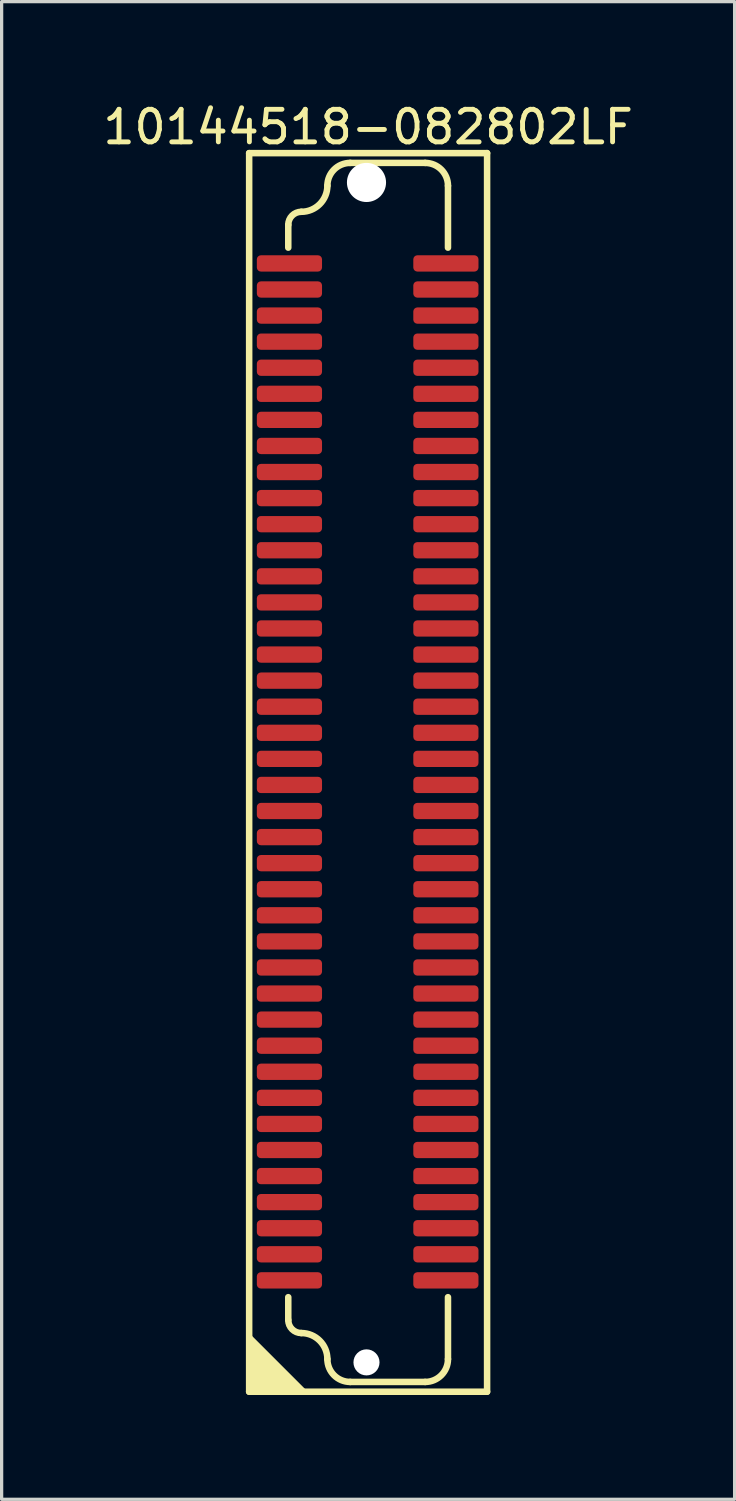
<source format=kicad_pcb>
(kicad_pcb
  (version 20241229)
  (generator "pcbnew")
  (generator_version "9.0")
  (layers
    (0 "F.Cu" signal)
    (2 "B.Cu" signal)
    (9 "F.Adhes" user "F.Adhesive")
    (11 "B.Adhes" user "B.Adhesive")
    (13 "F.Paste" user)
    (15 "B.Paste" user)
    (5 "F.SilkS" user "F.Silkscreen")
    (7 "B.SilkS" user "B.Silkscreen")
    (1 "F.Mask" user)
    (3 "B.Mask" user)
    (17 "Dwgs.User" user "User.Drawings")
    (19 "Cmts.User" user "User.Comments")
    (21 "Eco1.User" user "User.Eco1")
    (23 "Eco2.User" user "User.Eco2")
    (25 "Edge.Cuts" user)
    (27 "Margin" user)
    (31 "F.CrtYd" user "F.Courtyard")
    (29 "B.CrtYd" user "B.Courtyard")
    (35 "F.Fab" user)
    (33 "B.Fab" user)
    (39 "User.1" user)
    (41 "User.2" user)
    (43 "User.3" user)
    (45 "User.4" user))
  (footprint "10144518-082802LF"
    (layer "F.Cu")
    (at 8.194 20.648)
    (property "Reference" "10144518-082802LF" (at 0.05 -19.8 0) (layer "F.SilkS") (effects (font (size 1 1) (thickness 0.15))))
    (fp_line (start -3.6 -19) (end 3.7 -19) (stroke (width 0.2) (type solid)) (layer "F.SilkS"))
    (fp_line (start -3.6 19) (end -3.6 -19) (stroke (width 0.2) (type solid)) (layer "F.SilkS"))
    (fp_line (start -3.6 19) (end 3.7 19) (stroke (width 0.2) (type solid)) (layer "F.SilkS"))
    (fp_line (start -2.4 -16.1) (end -2.4 -16.8) (stroke (width 0.2) (type solid)) (layer "F.SilkS"))
    (fp_line (start -2.4 16.8) (end -2.4 16.1) (stroke (width 0.2) (type solid)) (layer "F.SilkS"))
    (fp_line (start -0.5 -18.7) (end 1.8 -18.7) (stroke (width 0.2) (type solid)) (layer "F.SilkS"))
    (fp_line (start -0.5 18.7) (end 1.8 18.7) (stroke (width 0.2) (type solid)) (layer "F.SilkS"))
    (fp_line (start 2.5 -16.1) (end 2.5 -18) (stroke (width 0.2) (type solid)) (layer "F.SilkS"))
    (fp_line (start 2.5 18) (end 2.5 16.1) (stroke (width 0.2) (type solid)) (layer "F.SilkS"))
    (fp_line (start 3.7 19) (end 3.7 -19) (stroke (width 0.2) (type solid)) (layer "F.SilkS"))
    (fp_arc (start -2.4 -16.8) (mid -2.282843 -17.082843) (end -2 -17.2) (stroke (width 0.2) (type solid)) (layer "F.SilkS"))
    (fp_arc (start -2 17.2) (mid -2.282843 17.082843) (end -2.4 16.8) (stroke (width 0.2) (type solid)) (layer "F.SilkS"))
    (fp_arc (start -2 17.2) (mid -1.434315 17.434315) (end -1.2 18) (stroke (width 0.2) (type solid)) (layer "F.SilkS"))
    (fp_arc (start -1.2 -18) (mid -1.434315 -17.434315) (end -2 -17.2) (stroke (width 0.2) (type solid)) (layer "F.SilkS"))
    (fp_arc (start -1.2 -18) (mid -0.994975 -18.494975) (end -0.5 -18.7) (stroke (width 0.2) (type solid)) (layer "F.SilkS"))
    (fp_arc (start -0.5 18.7) (mid -0.994975 18.494975) (end -1.2 18) (stroke (width 0.2) (type solid)) (layer "F.SilkS"))
    (fp_arc (start 1.8 -18.7) (mid 2.294975 -18.494975) (end 2.5 -18) (stroke (width 0.2) (type solid)) (layer "F.SilkS"))
    (fp_arc (start 2.5 18) (mid 2.294975 18.494975) (end 1.8 18.7) (stroke (width 0.2) (type solid)) (layer "F.SilkS"))
    (fp_poly (pts (xy -1.8 19) (xy -3.6 17.2) (xy -3.6 19)) (stroke (width 0) (type default)) (fill yes) (layer "F.SilkS"))
    (fp_line (start -3.9 -19.2) (end -3.7 -19.2) (stroke (width 0.2) (type solid)) (layer "Eco2.User"))
    (fp_line (start -3.9 19.2) (end -3.9 -19.2) (stroke (width 0.2) (type solid)) (layer "Eco2.User"))
    (fp_line (start -3.9 19.2) (end 4 19.2) (stroke (width 0.2) (type solid)) (layer "Eco2.User"))
    (fp_line (start -3.7 -19.2) (end 4 -19.2) (stroke (width 0.2) (type solid)) (layer "Eco2.User"))
    (fp_line (start 4 19.2) (end 4 -19.2) (stroke (width 0.2) (type solid)) (layer "Eco2.User"))
    (fp_circle (center 0 0) (end 0 -0.127) (stroke (width 0.254) (type solid)) (fill no) (layer "Eco2.User"))
    (pad "" np_thru_hole circle (at 0 -18.1) (size 1.2 1.2) (drill 1.2) (layers "*.Cu" "*.Mask"))
    (pad "" np_thru_hole circle (at 0 18.1) (size 0.8 0.8) (drill 0.8) (layers "*.Cu" "*.Mask"))
    (pad "1" smd roundrect (at -2.364 15.584) (size 2 0.5) (layers "F.Cu" "F.Mask" "F.Paste") (roundrect_rratio 0.25))
    (pad "2" smd roundrect (at 2.436 15.584) (size 2 0.5) (layers "F.Cu" "F.Mask" "F.Paste") (roundrect_rratio 0.25))
    (pad "3" smd roundrect (at -2.364 14.784) (size 2 0.5) (layers "F.Cu" "F.Mask" "F.Paste") (roundrect_rratio 0.25))
    (pad "4" smd roundrect (at 2.436 14.784) (size 2 0.5) (layers "F.Cu" "F.Mask" "F.Paste") (roundrect_rratio 0.25))
    (pad "5" smd roundrect (at -2.364 13.984) (size 2 0.5) (layers "F.Cu" "F.Mask" "F.Paste") (roundrect_rratio 0.25))
    (pad "6" smd roundrect (at 2.436 13.984) (size 2 0.5) (layers "F.Cu" "F.Mask" "F.Paste") (roundrect_rratio 0.25))
    (pad "7" smd roundrect (at -2.364 13.184) (size 2 0.5) (layers "F.Cu" "F.Mask" "F.Paste") (roundrect_rratio 0.25))
    (pad "8" smd roundrect (at 2.436 13.184) (size 2 0.5) (layers "F.Cu" "F.Mask" "F.Paste") (roundrect_rratio 0.25))
    (pad "9" smd roundrect (at -2.364 12.384) (size 2 0.5) (layers "F.Cu" "F.Mask" "F.Paste") (roundrect_rratio 0.25))
    (pad "10" smd roundrect (at 2.436 12.384) (size 2 0.5) (layers "F.Cu" "F.Mask" "F.Paste") (roundrect_rratio 0.25))
    (pad "11" smd roundrect (at -2.364 11.584) (size 2 0.5) (layers "F.Cu" "F.Mask" "F.Paste") (roundrect_rratio 0.25))
    (pad "12" smd roundrect (at 2.436 11.584) (size 2 0.5) (layers "F.Cu" "F.Mask" "F.Paste") (roundrect_rratio 0.25))
    (pad "13" smd roundrect (at -2.364 10.784) (size 2 0.5) (layers "F.Cu" "F.Mask" "F.Paste") (roundrect_rratio 0.25))
    (pad "14" smd roundrect (at 2.436 10.784) (size 2 0.5) (layers "F.Cu" "F.Mask" "F.Paste") (roundrect_rratio 0.25))
    (pad "15" smd roundrect (at -2.364 9.984) (size 2 0.5) (layers "F.Cu" "F.Mask" "F.Paste") (roundrect_rratio 0.25))
    (pad "16" smd roundrect (at 2.436 9.984) (size 2 0.5) (layers "F.Cu" "F.Mask" "F.Paste") (roundrect_rratio 0.25))
    (pad "17" smd roundrect (at -2.364 9.184) (size 2 0.5) (layers "F.Cu" "F.Mask" "F.Paste") (roundrect_rratio 0.25))
    (pad "18" smd roundrect (at 2.436 9.184) (size 2 0.5) (layers "F.Cu" "F.Mask" "F.Paste") (roundrect_rratio 0.25))
    (pad "19" smd roundrect (at -2.364 8.384) (size 2 0.5) (layers "F.Cu" "F.Mask" "F.Paste") (roundrect_rratio 0.25))
    (pad "20" smd roundrect (at 2.436 8.384) (size 2 0.5) (layers "F.Cu" "F.Mask" "F.Paste") (roundrect_rratio 0.25))
    (pad "21" smd roundrect (at -2.364 7.584) (size 2 0.5) (layers "F.Cu" "F.Mask" "F.Paste") (roundrect_rratio 0.25))
    (pad "22" smd roundrect (at 2.436 7.584) (size 2 0.5) (layers "F.Cu" "F.Mask" "F.Paste") (roundrect_rratio 0.25))
    (pad "23" smd roundrect (at -2.364 6.784) (size 2 0.5) (layers "F.Cu" "F.Mask" "F.Paste") (roundrect_rratio 0.25))
    (pad "24" smd roundrect (at 2.436 6.784) (size 2 0.5) (layers "F.Cu" "F.Mask" "F.Paste") (roundrect_rratio 0.25))
    (pad "25" smd roundrect (at -2.364 5.984) (size 2 0.5) (layers "F.Cu" "F.Mask" "F.Paste") (roundrect_rratio 0.25))
    (pad "26" smd roundrect (at 2.436 5.984) (size 2 0.5) (layers "F.Cu" "F.Mask" "F.Paste") (roundrect_rratio 0.25))
    (pad "27" smd roundrect (at -2.364 5.184) (size 2 0.5) (layers "F.Cu" "F.Mask" "F.Paste") (roundrect_rratio 0.25))
    (pad "28" smd roundrect (at 2.436 5.184) (size 2 0.5) (layers "F.Cu" "F.Mask" "F.Paste") (roundrect_rratio 0.25))
    (pad "29" smd roundrect (at -2.364 4.384) (size 2 0.5) (layers "F.Cu" "F.Mask" "F.Paste") (roundrect_rratio 0.25))
    (pad "30" smd roundrect (at 2.436 4.384) (size 2 0.5) (layers "F.Cu" "F.Mask" "F.Paste") (roundrect_rratio 0.25))
    (pad "31" smd roundrect (at -2.364 3.584) (size 2 0.5) (layers "F.Cu" "F.Mask" "F.Paste") (roundrect_rratio 0.25))
    (pad "32" smd roundrect (at 2.436 3.584) (size 2 0.5) (layers "F.Cu" "F.Mask" "F.Paste") (roundrect_rratio 0.25))
    (pad "33" smd roundrect (at -2.364 2.784) (size 2 0.5) (layers "F.Cu" "F.Mask" "F.Paste") (roundrect_rratio 0.25))
    (pad "34" smd roundrect (at 2.436 2.784) (size 2 0.5) (layers "F.Cu" "F.Mask" "F.Paste") (roundrect_rratio 0.25))
    (pad "35" smd roundrect (at -2.364 1.984) (size 2 0.5) (layers "F.Cu" "F.Mask" "F.Paste") (roundrect_rratio 0.25))
    (pad "36" smd roundrect (at 2.436 1.984) (size 2 0.5) (layers "F.Cu" "F.Mask" "F.Paste") (roundrect_rratio 0.25))
    (pad "37" smd roundrect (at -2.364 1.184) (size 2 0.5) (layers "F.Cu" "F.Mask" "F.Paste") (roundrect_rratio 0.25))
    (pad "38" smd roundrect (at 2.436 1.184) (size 2 0.5) (layers "F.Cu" "F.Mask" "F.Paste") (roundrect_rratio 0.25))
    (pad "39" smd roundrect (at -2.364 0.384) (size 2 0.5) (layers "F.Cu" "F.Mask" "F.Paste") (roundrect_rratio 0.25))
    (pad "40" smd roundrect (at 2.436 0.384) (size 2 0.5) (layers "F.Cu" "F.Mask" "F.Paste") (roundrect_rratio 0.25))
    (pad "41" smd roundrect (at -2.364 -0.416) (size 2 0.5) (layers "F.Cu" "F.Mask" "F.Paste") (roundrect_rratio 0.25))
    (pad "42" smd roundrect (at 2.436 -0.416) (size 2 0.5) (layers "F.Cu" "F.Mask" "F.Paste") (roundrect_rratio 0.25))
    (pad "43" smd roundrect (at -2.364 -1.216) (size 2 0.5) (layers "F.Cu" "F.Mask" "F.Paste") (roundrect_rratio 0.25))
    (pad "44" smd roundrect (at 2.436 -1.216) (size 2 0.5) (layers "F.Cu" "F.Mask" "F.Paste") (roundrect_rratio 0.25))
    (pad "45" smd roundrect (at -2.364 -2.016) (size 2 0.5) (layers "F.Cu" "F.Mask" "F.Paste") (roundrect_rratio 0.25))
    (pad "46" smd roundrect (at 2.436 -2.016) (size 2 0.5) (layers "F.Cu" "F.Mask" "F.Paste") (roundrect_rratio 0.25))
    (pad "47" smd roundrect (at -2.364 -2.816) (size 2 0.5) (layers "F.Cu" "F.Mask" "F.Paste") (roundrect_rratio 0.25))
    (pad "48" smd roundrect (at 2.436 -2.816) (size 2 0.5) (layers "F.Cu" "F.Mask" "F.Paste") (roundrect_rratio 0.25))
    (pad "49" smd roundrect (at -2.364 -3.616) (size 2 0.5) (layers "F.Cu" "F.Mask" "F.Paste") (roundrect_rratio 0.25))
    (pad "50" smd roundrect (at 2.436 -3.616) (size 2 0.5) (layers "F.Cu" "F.Mask" "F.Paste") (roundrect_rratio 0.25))
    (pad "51" smd roundrect (at -2.364 -4.416) (size 2 0.5) (layers "F.Cu" "F.Mask" "F.Paste") (roundrect_rratio 0.25))
    (pad "52" smd roundrect (at 2.436 -4.416) (size 2 0.5) (layers "F.Cu" "F.Mask" "F.Paste") (roundrect_rratio 0.25))
    (pad "53" smd roundrect (at -2.364 -5.216) (size 2 0.5) (layers "F.Cu" "F.Mask" "F.Paste") (roundrect_rratio 0.25))
    (pad "54" smd roundrect (at 2.436 -5.216) (size 2 0.5) (layers "F.Cu" "F.Mask" "F.Paste") (roundrect_rratio 0.25))
    (pad "55" smd roundrect (at -2.364 -6.016) (size 2 0.5) (layers "F.Cu" "F.Mask" "F.Paste") (roundrect_rratio 0.25))
    (pad "56" smd roundrect (at 2.436 -6.016) (size 2 0.5) (layers "F.Cu" "F.Mask" "F.Paste") (roundrect_rratio 0.25))
    (pad "57" smd roundrect (at -2.364 -6.816) (size 2 0.5) (layers "F.Cu" "F.Mask" "F.Paste") (roundrect_rratio 0.25))
    (pad "58" smd roundrect (at 2.436 -6.816) (size 2 0.5) (layers "F.Cu" "F.Mask" "F.Paste") (roundrect_rratio 0.25))
    (pad "59" smd roundrect (at -2.364 -7.616) (size 2 0.5) (layers "F.Cu" "F.Mask" "F.Paste") (roundrect_rratio 0.25))
    (pad "60" smd roundrect (at 2.436 -7.616) (size 2 0.5) (layers "F.Cu" "F.Mask" "F.Paste") (roundrect_rratio 0.25))
    (pad "61" smd roundrect (at -2.364 -8.416) (size 2 0.5) (layers "F.Cu" "F.Mask" "F.Paste") (roundrect_rratio 0.25))
    (pad "62" smd roundrect (at 2.436 -8.416) (size 2 0.5) (layers "F.Cu" "F.Mask" "F.Paste") (roundrect_rratio 0.25))
    (pad "63" smd roundrect (at -2.364 -9.216) (size 2 0.5) (layers "F.Cu" "F.Mask" "F.Paste") (roundrect_rratio 0.25))
    (pad "64" smd roundrect (at 2.436 -9.216) (size 2 0.5) (layers "F.Cu" "F.Mask" "F.Paste") (roundrect_rratio 0.25))
    (pad "65" smd roundrect (at -2.364 -10.016) (size 2 0.5) (layers "F.Cu" "F.Mask" "F.Paste") (roundrect_rratio 0.25))
    (pad "66" smd roundrect (at 2.436 -10.016) (size 2 0.5) (layers "F.Cu" "F.Mask" "F.Paste") (roundrect_rratio 0.25))
    (pad "67" smd roundrect (at -2.364 -10.816) (size 2 0.5) (layers "F.Cu" "F.Mask" "F.Paste") (roundrect_rratio 0.25))
    (pad "68" smd roundrect (at 2.436 -10.816) (size 2 0.5) (layers "F.Cu" "F.Mask" "F.Paste") (roundrect_rratio 0.25))
    (pad "69" smd roundrect (at -2.364 -11.616) (size 2 0.5) (layers "F.Cu" "F.Mask" "F.Paste") (roundrect_rratio 0.25))
    (pad "70" smd roundrect (at 2.436 -11.616) (size 2 0.5) (layers "F.Cu" "F.Mask" "F.Paste") (roundrect_rratio 0.25))
    (pad "71" smd roundrect (at -2.364 -12.416) (size 2 0.5) (layers "F.Cu" "F.Mask" "F.Paste") (roundrect_rratio 0.25))
    (pad "72" smd roundrect (at 2.436 -12.416) (size 2 0.5) (layers "F.Cu" "F.Mask" "F.Paste") (roundrect_rratio 0.25))
    (pad "73" smd roundrect (at -2.364 -13.216) (size 2 0.5) (layers "F.Cu" "F.Mask" "F.Paste") (roundrect_rratio 0.25))
    (pad "74" smd roundrect (at 2.436 -13.216) (size 2 0.5) (layers "F.Cu" "F.Mask" "F.Paste") (roundrect_rratio 0.25))
    (pad "75" smd roundrect (at -2.364 -14.016) (size 2 0.5) (layers "F.Cu" "F.Mask" "F.Paste") (roundrect_rratio 0.25))
    (pad "76" smd roundrect (at 2.436 -14.016) (size 2 0.5) (layers "F.Cu" "F.Mask" "F.Paste") (roundrect_rratio 0.25))
    (pad "77" smd roundrect (at -2.364 -14.816) (size 2 0.5) (layers "F.Cu" "F.Mask" "F.Paste") (roundrect_rratio 0.25))
    (pad "78" smd roundrect (at 2.436 -14.816) (size 2 0.5) (layers "F.Cu" "F.Mask" "F.Paste") (roundrect_rratio 0.25))
    (pad "79" smd roundrect (at -2.364 -15.616) (size 2 0.5) (layers "F.Cu" "F.Mask" "F.Paste") (roundrect_rratio 0.25))
    (pad "80" smd roundrect (at 2.436 -15.616) (size 2 0.5) (layers "F.Cu" "F.Mask" "F.Paste") (roundrect_rratio 0.25)))
  (gr_rect
    (start -3 -3)
    (end 19.488 42.948)
    (stroke (width 0.1) (type default))
    (fill no)
    (layer "Edge.Cuts")))
</source>
